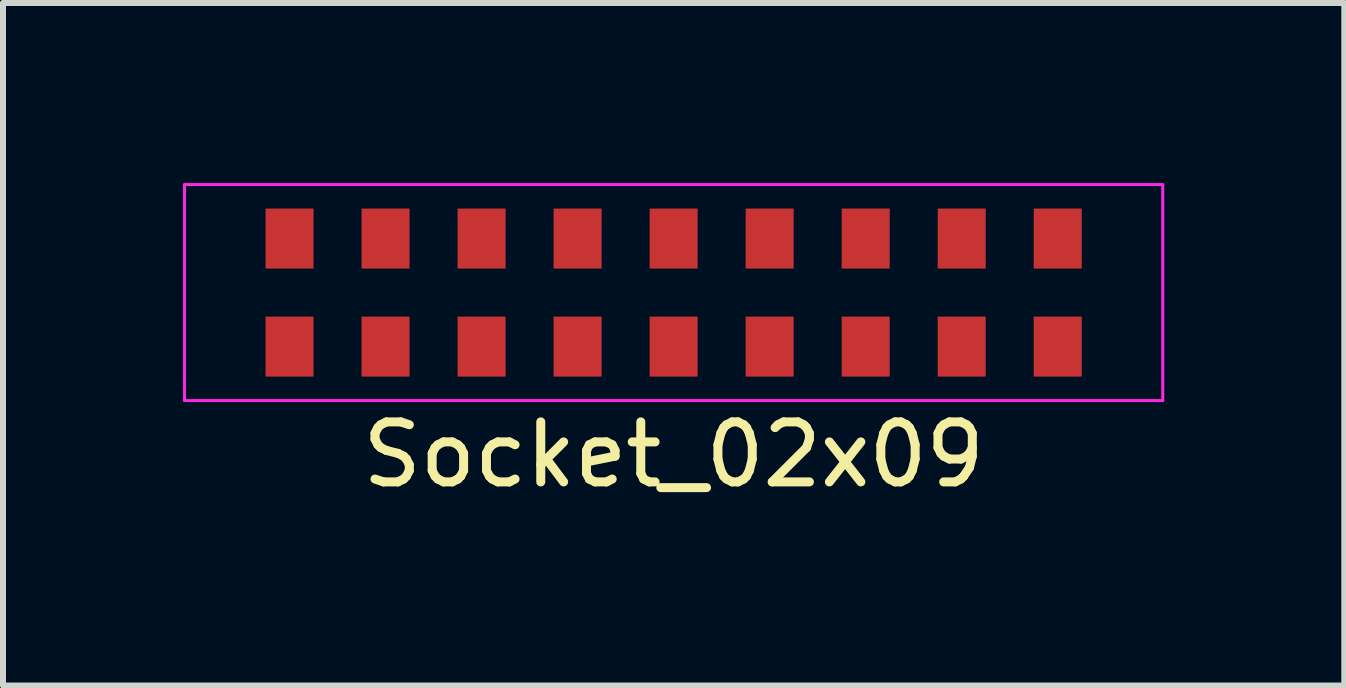
<source format=kicad_pcb>
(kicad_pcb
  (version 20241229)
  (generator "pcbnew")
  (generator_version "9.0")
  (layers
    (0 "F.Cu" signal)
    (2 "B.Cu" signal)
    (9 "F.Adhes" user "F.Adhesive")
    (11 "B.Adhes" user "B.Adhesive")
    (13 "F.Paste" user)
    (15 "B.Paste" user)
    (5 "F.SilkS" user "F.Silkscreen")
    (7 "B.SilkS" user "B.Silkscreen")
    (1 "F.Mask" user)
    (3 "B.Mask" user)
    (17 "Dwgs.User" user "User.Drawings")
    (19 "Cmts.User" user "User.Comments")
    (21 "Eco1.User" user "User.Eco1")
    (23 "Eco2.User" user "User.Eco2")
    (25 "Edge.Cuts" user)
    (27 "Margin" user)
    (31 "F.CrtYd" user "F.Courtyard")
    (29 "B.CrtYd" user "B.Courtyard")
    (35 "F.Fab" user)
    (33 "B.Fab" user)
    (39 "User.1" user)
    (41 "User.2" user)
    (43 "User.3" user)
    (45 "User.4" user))
  (footprint "Socket_02x09"
    (layer "F.Cu")
    (at 8.175 1.825)
    (property "Reference" "Socket_02x09" (at 0 2.7 0) (layer "F.SilkS") (effects (font (size 1 1) (thickness 0.15))))
    (attr smd)
    (fp_line (start -8.15 -1.8) (end -8.15 1.8) (stroke (width 0.05) (type solid)) (layer "F.CrtYd"))
    (fp_line (start -8.15 1.8) (end 8.15 1.8) (stroke (width 0.05) (type solid)) (layer "F.CrtYd"))
    (fp_line (start 8.15 -1.8) (end -8.15 -1.8) (stroke (width 0.05) (type solid)) (layer "F.CrtYd"))
    (fp_line (start 8.15 1.8) (end 8.15 -1.8) (stroke (width 0.05) (type solid)) (layer "F.CrtYd"))
    (pad "1" smd rect (at -6.4 -0.9) (size 0.8 1) (layers "F.Cu" "F.Mask" "F.Paste"))
    (pad "2" smd rect (at -4.8 -0.9) (size 0.8 1) (layers "F.Cu" "F.Mask" "F.Paste"))
    (pad "3" smd rect (at -3.2 -0.9) (size 0.8 1) (layers "F.Cu" "F.Mask" "F.Paste"))
    (pad "4" smd rect (at -1.6 -0.9) (size 0.8 1) (layers "F.Cu" "F.Mask" "F.Paste"))
    (pad "5" smd rect (at 0 -0.9) (size 0.8 1) (layers "F.Cu" "F.Mask" "F.Paste"))
    (pad "6" smd rect (at 1.6 -0.9) (size 0.8 1) (layers "F.Cu" "F.Mask" "F.Paste"))
    (pad "7" smd rect (at 3.2 -0.9) (size 0.8 1) (layers "F.Cu" "F.Mask" "F.Paste"))
    (pad "8" smd rect (at 4.8 -0.9) (size 0.8 1) (layers "F.Cu" "F.Mask" "F.Paste"))
    (pad "9" smd rect (at 6.4 -0.9) (size 0.8 1) (layers "F.Cu" "F.Mask" "F.Paste"))
    (pad "10" smd rect (at 6.4 0.9) (size 0.8 1) (layers "F.Cu" "F.Mask" "F.Paste"))
    (pad "11" smd rect (at 4.8 0.9) (size 0.8 1) (layers "F.Cu" "F.Mask" "F.Paste"))
    (pad "12" smd rect (at 3.2 0.9) (size 0.8 1) (layers "F.Cu" "F.Mask" "F.Paste"))
    (pad "13" smd rect (at 1.6 0.9) (size 0.8 1) (layers "F.Cu" "F.Mask" "F.Paste"))
    (pad "14" smd rect (at 0 0.9) (size 0.8 1) (layers "F.Cu" "F.Mask" "F.Paste"))
    (pad "15" smd rect (at -1.6 0.9) (size 0.8 1) (layers "F.Cu" "F.Mask" "F.Paste"))
    (pad "16" smd rect (at -3.2 0.9) (size 0.8 1) (layers "F.Cu" "F.Mask" "F.Paste"))
    (pad "17" smd rect (at -4.8 0.9) (size 0.8 1) (layers "F.Cu" "F.Mask" "F.Paste"))
    (pad "18" smd rect (at -6.4 0.9) (size 0.8 1) (layers "F.Cu" "F.Mask" "F.Paste")))
  (gr_rect
    (start -3 -3)
    (end 19.35 8.373)
    (stroke (width 0.1) (type default))
    (fill no)
    (layer "Edge.Cuts")))
</source>
